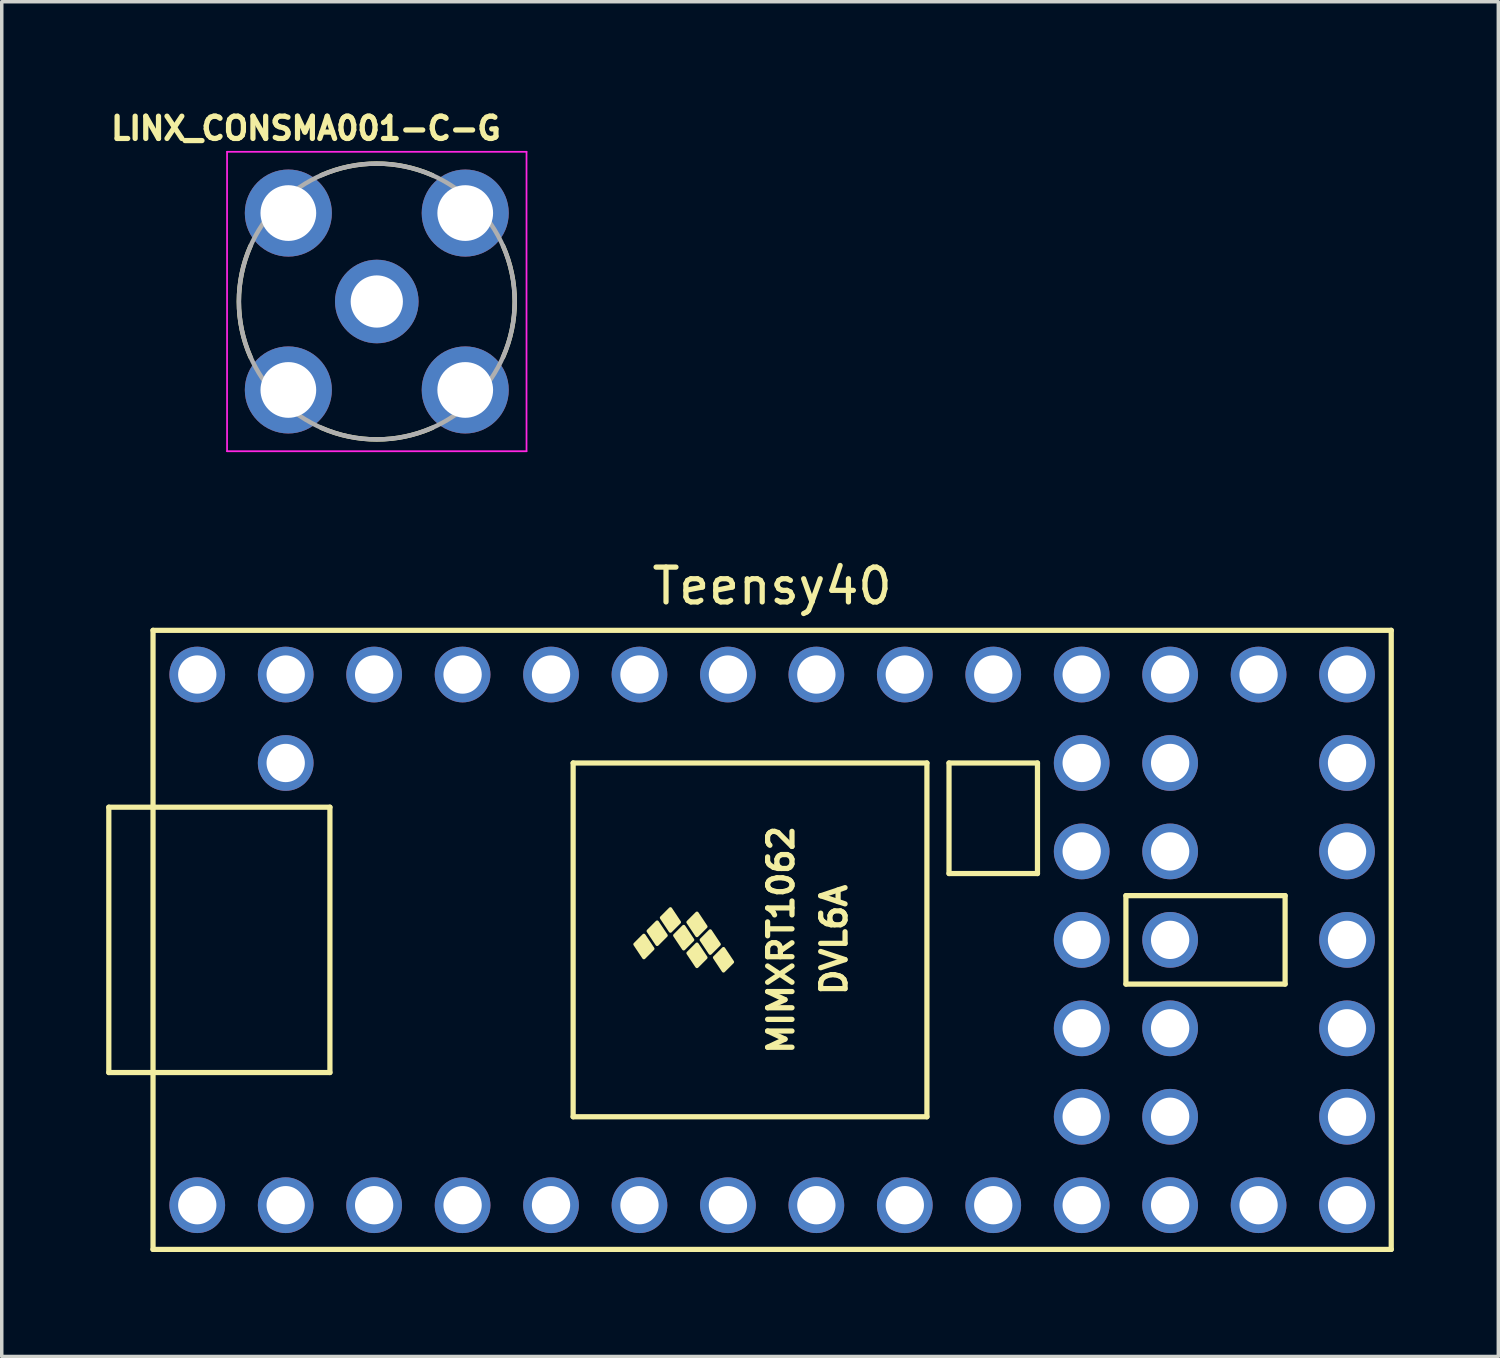
<source format=kicad_pcb>
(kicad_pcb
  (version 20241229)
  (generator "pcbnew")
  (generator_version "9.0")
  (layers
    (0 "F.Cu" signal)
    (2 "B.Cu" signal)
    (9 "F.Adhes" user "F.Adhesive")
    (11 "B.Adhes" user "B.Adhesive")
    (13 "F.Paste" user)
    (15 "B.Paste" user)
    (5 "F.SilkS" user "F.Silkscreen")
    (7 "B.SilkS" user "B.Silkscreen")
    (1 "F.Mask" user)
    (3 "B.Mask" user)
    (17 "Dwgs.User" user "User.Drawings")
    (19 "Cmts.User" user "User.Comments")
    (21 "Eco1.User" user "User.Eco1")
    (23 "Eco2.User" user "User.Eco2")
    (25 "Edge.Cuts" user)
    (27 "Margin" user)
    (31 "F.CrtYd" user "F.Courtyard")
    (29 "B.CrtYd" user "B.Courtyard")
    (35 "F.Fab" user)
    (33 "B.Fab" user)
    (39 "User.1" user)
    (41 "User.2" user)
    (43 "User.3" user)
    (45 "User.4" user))
  (footprint "LINX_CONSMA001-C-G"
    (layer "F.Cu")
    (at 7.771 5.609)
    (property "Reference" "LINX_CONSMA001-C-G" (at -2.033 -4.971 0) (layer "F.SilkS") (effects (font (size 0.64 0.64) (thickness 0.15))))
    (attr through_hole)
    (fp_arc (start -3.625 1.6) (mid -3.961444 0) (end -3.625 -1.6) (stroke (width 0.127) (type solid)) (layer "F.SilkS"))
    (fp_arc (start -1.6 -3.625) (mid 0 -3.961444) (end 1.6 -3.625) (stroke (width 0.127) (type solid)) (layer "F.SilkS"))
    (fp_arc (start 1.6 3.625) (mid 0 3.961444) (end -1.6 3.625) (stroke (width 0.127) (type solid)) (layer "F.SilkS"))
    (fp_arc (start 3.625 -1.6) (mid 3.961444 0) (end 3.625 1.6) (stroke (width 0.127) (type solid)) (layer "F.SilkS"))
    (fp_line (start -4.3 -4.3) (end 4.3 -4.3) (stroke (width 0.05) (type solid)) (layer "F.CrtYd"))
    (fp_line (start -4.3 4.3) (end -4.3 -4.3) (stroke (width 0.05) (type solid)) (layer "F.CrtYd"))
    (fp_line (start 4.3 -4.3) (end 4.3 4.3) (stroke (width 0.05) (type solid)) (layer "F.CrtYd"))
    (fp_line (start 4.3 4.3) (end -4.3 4.3) (stroke (width 0.05) (type solid)) (layer "F.CrtYd"))
    (fp_circle (center 0 0) (end 3.96 0) (stroke (width 0.127) (type solid)) (fill no) (layer "F.Fab"))
    (pad "1" thru_hole circle (at 0 0) (size 2.4 2.4) (drill 1.5) (layers "*.Cu" "*.Mask"))
    (pad "2" thru_hole circle (at -2.54 -2.54) (size 2.5 2.5) (drill 1.6) (layers "*.Cu" "*.Mask"))
    (pad "2" thru_hole circle (at -2.54 2.54) (size 2.5 2.5) (drill 1.6) (layers "*.Cu" "*.Mask"))
    (pad "2" thru_hole circle (at 2.54 -2.54) (size 2.5 2.5) (drill 1.6) (layers "*.Cu" "*.Mask"))
    (pad "2" thru_hole circle (at 2.54 2.54) (size 2.5 2.5) (drill 1.6) (layers "*.Cu" "*.Mask")))
  (footprint "Teensy40"
    (layer "F.Cu")
    (at 19.125 23.942)
    (property "Reference" "Teensy40" (at 0 -10.16 0) (layer "F.SilkS") (effects (font (size 1 1) (thickness 0.15))))
    (attr through_hole)
    (fp_line (start -19.05 -3.81) (end -17.78 -3.81) (stroke (width 0.15) (type solid)) (layer "F.SilkS"))
    (fp_line (start -19.05 3.81) (end -19.05 -3.81) (stroke (width 0.15) (type solid)) (layer "F.SilkS"))
    (fp_line (start -17.78 -8.89) (end 17.78 -8.89) (stroke (width 0.15) (type solid)) (layer "F.SilkS"))
    (fp_line (start -17.78 3.81) (end -19.05 3.81) (stroke (width 0.15) (type solid)) (layer "F.SilkS"))
    (fp_line (start -17.78 8.89) (end -17.78 -8.89) (stroke (width 0.15) (type solid)) (layer "F.SilkS"))
    (fp_line (start -12.7 -3.81) (end -17.78 -3.81) (stroke (width 0.15) (type solid)) (layer "F.SilkS"))
    (fp_line (start -12.7 3.81) (end -17.78 3.81) (stroke (width 0.15) (type solid)) (layer "F.SilkS"))
    (fp_line (start -12.7 3.81) (end -12.7 -3.81) (stroke (width 0.15) (type solid)) (layer "F.SilkS"))
    (fp_line (start -5.715 -5.08) (end -5.715 5.08) (stroke (width 0.15) (type solid)) (layer "F.SilkS"))
    (fp_line (start 4.445 -5.08) (end -5.715 -5.08) (stroke (width 0.15) (type solid)) (layer "F.SilkS"))
    (fp_line (start 4.445 5.08) (end -5.715 5.08) (stroke (width 0.15) (type solid)) (layer "F.SilkS"))
    (fp_line (start 4.445 5.08) (end 4.445 -5.08) (stroke (width 0.15) (type solid)) (layer "F.SilkS"))
    (fp_line (start 5.08 -5.08) (end 7.62 -5.08) (stroke (width 0.15) (type solid)) (layer "F.SilkS"))
    (fp_line (start 5.08 -1.905) (end 5.08 -5.08) (stroke (width 0.15) (type solid)) (layer "F.SilkS"))
    (fp_line (start 7.62 -5.08) (end 7.62 -1.905) (stroke (width 0.15) (type solid)) (layer "F.SilkS"))
    (fp_line (start 7.62 -1.905) (end 5.08 -1.905) (stroke (width 0.15) (type solid)) (layer "F.SilkS"))
    (fp_line (start 10.16 -1.27) (end 14.732 -1.27) (stroke (width 0.15) (type solid)) (layer "F.SilkS"))
    (fp_line (start 10.16 1.27) (end 10.16 -1.27) (stroke (width 0.15) (type solid)) (layer "F.SilkS"))
    (fp_line (start 14.732 -1.27) (end 14.732 1.27) (stroke (width 0.15) (type solid)) (layer "F.SilkS"))
    (fp_line (start 14.732 1.27) (end 10.16 1.27) (stroke (width 0.15) (type solid)) (layer "F.SilkS"))
    (fp_line (start 17.78 -8.89) (end 17.78 8.89) (stroke (width 0.15) (type solid)) (layer "F.SilkS"))
    (fp_line (start 17.78 8.89) (end -17.78 8.89) (stroke (width 0.15) (type solid)) (layer "F.SilkS"))
    (fp_poly (pts (xy -3.937 0.127) (xy -3.683 -0.127) (xy -3.429 0.254) (xy -3.683 0.508)) (stroke (width 0.1) (type solid)) (fill yes) (layer "F.SilkS"))
    (fp_poly (pts (xy -3.556 -0.254) (xy -3.302 -0.508) (xy -3.048 -0.127) (xy -3.302 0.127)) (stroke (width 0.1) (type solid)) (fill yes) (layer "F.SilkS"))
    (fp_poly (pts (xy -3.175 -0.635) (xy -2.921 -0.889) (xy -2.667 -0.508) (xy -2.921 -0.254)) (stroke (width 0.1) (type solid)) (fill yes) (layer "F.SilkS"))
    (fp_poly (pts (xy -2.794 -0.127) (xy -2.54 -0.381) (xy -2.286 0) (xy -2.54 0.254)) (stroke (width 0.1) (type solid)) (fill yes) (layer "F.SilkS"))
    (fp_poly (pts (xy -2.413 -0.508) (xy -2.159 -0.762) (xy -1.905 -0.381) (xy -2.159 -0.127)) (stroke (width 0.1) (type solid)) (fill yes) (layer "F.SilkS"))
    (fp_poly (pts (xy -2.413 0.381) (xy -2.159 0.127) (xy -1.905 0.508) (xy -2.159 0.762)) (stroke (width 0.1) (type solid)) (fill yes) (layer "F.SilkS"))
    (fp_poly (pts (xy -2.032 0) (xy -1.778 -0.254) (xy -1.524 0.127) (xy -1.778 0.381)) (stroke (width 0.1) (type solid)) (fill yes) (layer "F.SilkS"))
    (fp_poly (pts (xy -1.651 0.508) (xy -1.397 0.254) (xy -1.143 0.635) (xy -1.397 0.889)) (stroke (width 0.1) (type solid)) (fill yes) (layer "F.SilkS"))
    (fp_text user "MIMXRT1062" (at 0.254 0 90) (layer "F.SilkS") (effects (font (size 0.7 0.7) (thickness 0.15))))
    (fp_text user "DVL6A" (at 1.778 0 90) (layer "F.SilkS") (effects (font (size 0.7 0.7) (thickness 0.15))))
    (pad "1" thru_hole circle (at -16.51 7.62) (size 1.6 1.6) (drill 1.1) (layers "*.Cu" "*.Mask"))
    (pad "2" thru_hole circle (at -13.97 7.62) (size 1.6 1.6) (drill 1.1) (layers "*.Cu" "*.Mask"))
    (pad "3" thru_hole circle (at -11.43 7.62) (size 1.6 1.6) (drill 1.1) (layers "*.Cu" "*.Mask"))
    (pad "4" thru_hole circle (at -8.89 7.62) (size 1.6 1.6) (drill 1.1) (layers "*.Cu" "*.Mask"))
    (pad "5" thru_hole circle (at -6.35 7.62) (size 1.6 1.6) (drill 1.1) (layers "*.Cu" "*.Mask"))
    (pad "6" thru_hole circle (at -3.81 7.62) (size 1.6 1.6) (drill 1.1) (layers "*.Cu" "*.Mask"))
    (pad "7" thru_hole circle (at -1.27 7.62) (size 1.6 1.6) (drill 1.1) (layers "*.Cu" "*.Mask"))
    (pad "8" thru_hole circle (at 1.27 7.62) (size 1.6 1.6) (drill 1.1) (layers "*.Cu" "*.Mask"))
    (pad "9" thru_hole circle (at 3.81 7.62) (size 1.6 1.6) (drill 1.1) (layers "*.Cu" "*.Mask"))
    (pad "10" thru_hole circle (at 6.35 7.62) (size 1.6 1.6) (drill 1.1) (layers "*.Cu" "*.Mask"))
    (pad "11" thru_hole circle (at 8.89 7.62) (size 1.6 1.6) (drill 1.1) (layers "*.Cu" "*.Mask"))
    (pad "12" thru_hole circle (at 11.43 7.62) (size 1.6 1.6) (drill 1.1) (layers "*.Cu" "*.Mask"))
    (pad "13" thru_hole circle (at 13.97 7.62) (size 1.6 1.6) (drill 1.1) (layers "*.Cu" "*.Mask"))
    (pad "14" thru_hole circle (at 16.51 7.62) (size 1.6 1.6) (drill 1.1) (layers "*.Cu" "*.Mask"))
    (pad "15" thru_hole circle (at 16.51 5.08) (size 1.6 1.6) (drill 1.1) (layers "*.Cu" "*.Mask"))
    (pad "16" thru_hole circle (at 16.51 2.54) (size 1.6 1.6) (drill 1.1) (layers "*.Cu" "*.Mask"))
    (pad "17" thru_hole circle (at 16.51 0) (size 1.6 1.6) (drill 1.1) (layers "*.Cu" "*.Mask"))
    (pad "18" thru_hole circle (at 16.51 -2.54) (size 1.6 1.6) (drill 1.1) (layers "*.Cu" "*.Mask"))
    (pad "19" thru_hole circle (at 16.51 -5.08) (size 1.6 1.6) (drill 1.1) (layers "*.Cu" "*.Mask"))
    (pad "20" thru_hole circle (at 16.51 -7.62) (size 1.6 1.6) (drill 1.1) (layers "*.Cu" "*.Mask"))
    (pad "21" thru_hole circle (at 13.97 -7.62) (size 1.6 1.6) (drill 1.1) (layers "*.Cu" "*.Mask"))
    (pad "22" thru_hole circle (at 11.43 -7.62) (size 1.6 1.6) (drill 1.1) (layers "*.Cu" "*.Mask"))
    (pad "23" thru_hole circle (at 8.89 -7.62) (size 1.6 1.6) (drill 1.1) (layers "*.Cu" "*.Mask"))
    (pad "24" thru_hole circle (at 6.35 -7.62) (size 1.6 1.6) (drill 1.1) (layers "*.Cu" "*.Mask"))
    (pad "25" thru_hole circle (at 3.81 -7.62) (size 1.6 1.6) (drill 1.1) (layers "*.Cu" "*.Mask"))
    (pad "26" thru_hole circle (at 1.27 -7.62) (size 1.6 1.6) (drill 1.1) (layers "*.Cu" "*.Mask"))
    (pad "27" thru_hole circle (at -1.27 -7.62) (size 1.6 1.6) (drill 1.1) (layers "*.Cu" "*.Mask"))
    (pad "28" thru_hole circle (at -3.81 -7.62) (size 1.6 1.6) (drill 1.1) (layers "*.Cu" "*.Mask"))
    (pad "29" thru_hole circle (at -6.35 -7.62) (size 1.6 1.6) (drill 1.1) (layers "*.Cu" "*.Mask"))
    (pad "30" thru_hole circle (at -8.89 -7.62) (size 1.6 1.6) (drill 1.1) (layers "*.Cu" "*.Mask"))
    (pad "31" thru_hole circle (at -11.43 -7.62) (size 1.6 1.6) (drill 1.1) (layers "*.Cu" "*.Mask"))
    (pad "32" thru_hole circle (at -13.97 -7.62) (size 1.6 1.6) (drill 1.1) (layers "*.Cu" "*.Mask"))
    (pad "33" thru_hole circle (at -16.51 -7.62) (size 1.6 1.6) (drill 1.1) (layers "*.Cu" "*.Mask"))
    (pad "34" thru_hole circle (at -13.97 -5.08) (size 1.6 1.6) (drill 1.1) (layers "*.Cu" "*.Mask"))
    (pad "35" thru_hole circle (at 11.43 -5.08) (size 1.6 1.6) (drill 1.1) (layers "*.Cu" "*.Mask"))
    (pad "36" thru_hole circle (at 8.89 -5.08) (size 1.6 1.6) (drill 1.1) (layers "*.Cu" "*.Mask"))
    (pad "37" thru_hole circle (at 11.43 -2.54) (size 1.6 1.6) (drill 1.1) (layers "*.Cu" "*.Mask"))
    (pad "38" thru_hole circle (at 8.89 -2.54) (size 1.6 1.6) (drill 1.1) (layers "*.Cu" "*.Mask"))
    (pad "39" thru_hole circle (at 11.43 0) (size 1.6 1.6) (drill 1.1) (layers "*.Cu" "*.Mask"))
    (pad "40" thru_hole circle (at 8.89 0) (size 1.6 1.6) (drill 1.1) (layers "*.Cu" "*.Mask"))
    (pad "41" thru_hole circle (at 11.43 2.54) (size 1.6 1.6) (drill 1.1) (layers "*.Cu" "*.Mask"))
    (pad "42" thru_hole circle (at 8.89 2.54) (size 1.6 1.6) (drill 1.1) (layers "*.Cu" "*.Mask"))
    (pad "43" thru_hole circle (at 11.43 5.08) (size 1.6 1.6) (drill 1.1) (layers "*.Cu" "*.Mask"))
    (pad "44" thru_hole circle (at 8.89 5.08) (size 1.6 1.6) (drill 1.1) (layers "*.Cu" "*.Mask")))
  (gr_rect
    (start -3 -3)
    (end 39.98 35.907)
    (stroke (width 0.1) (type default))
    (fill no)
    (layer "Edge.Cuts")))
</source>
